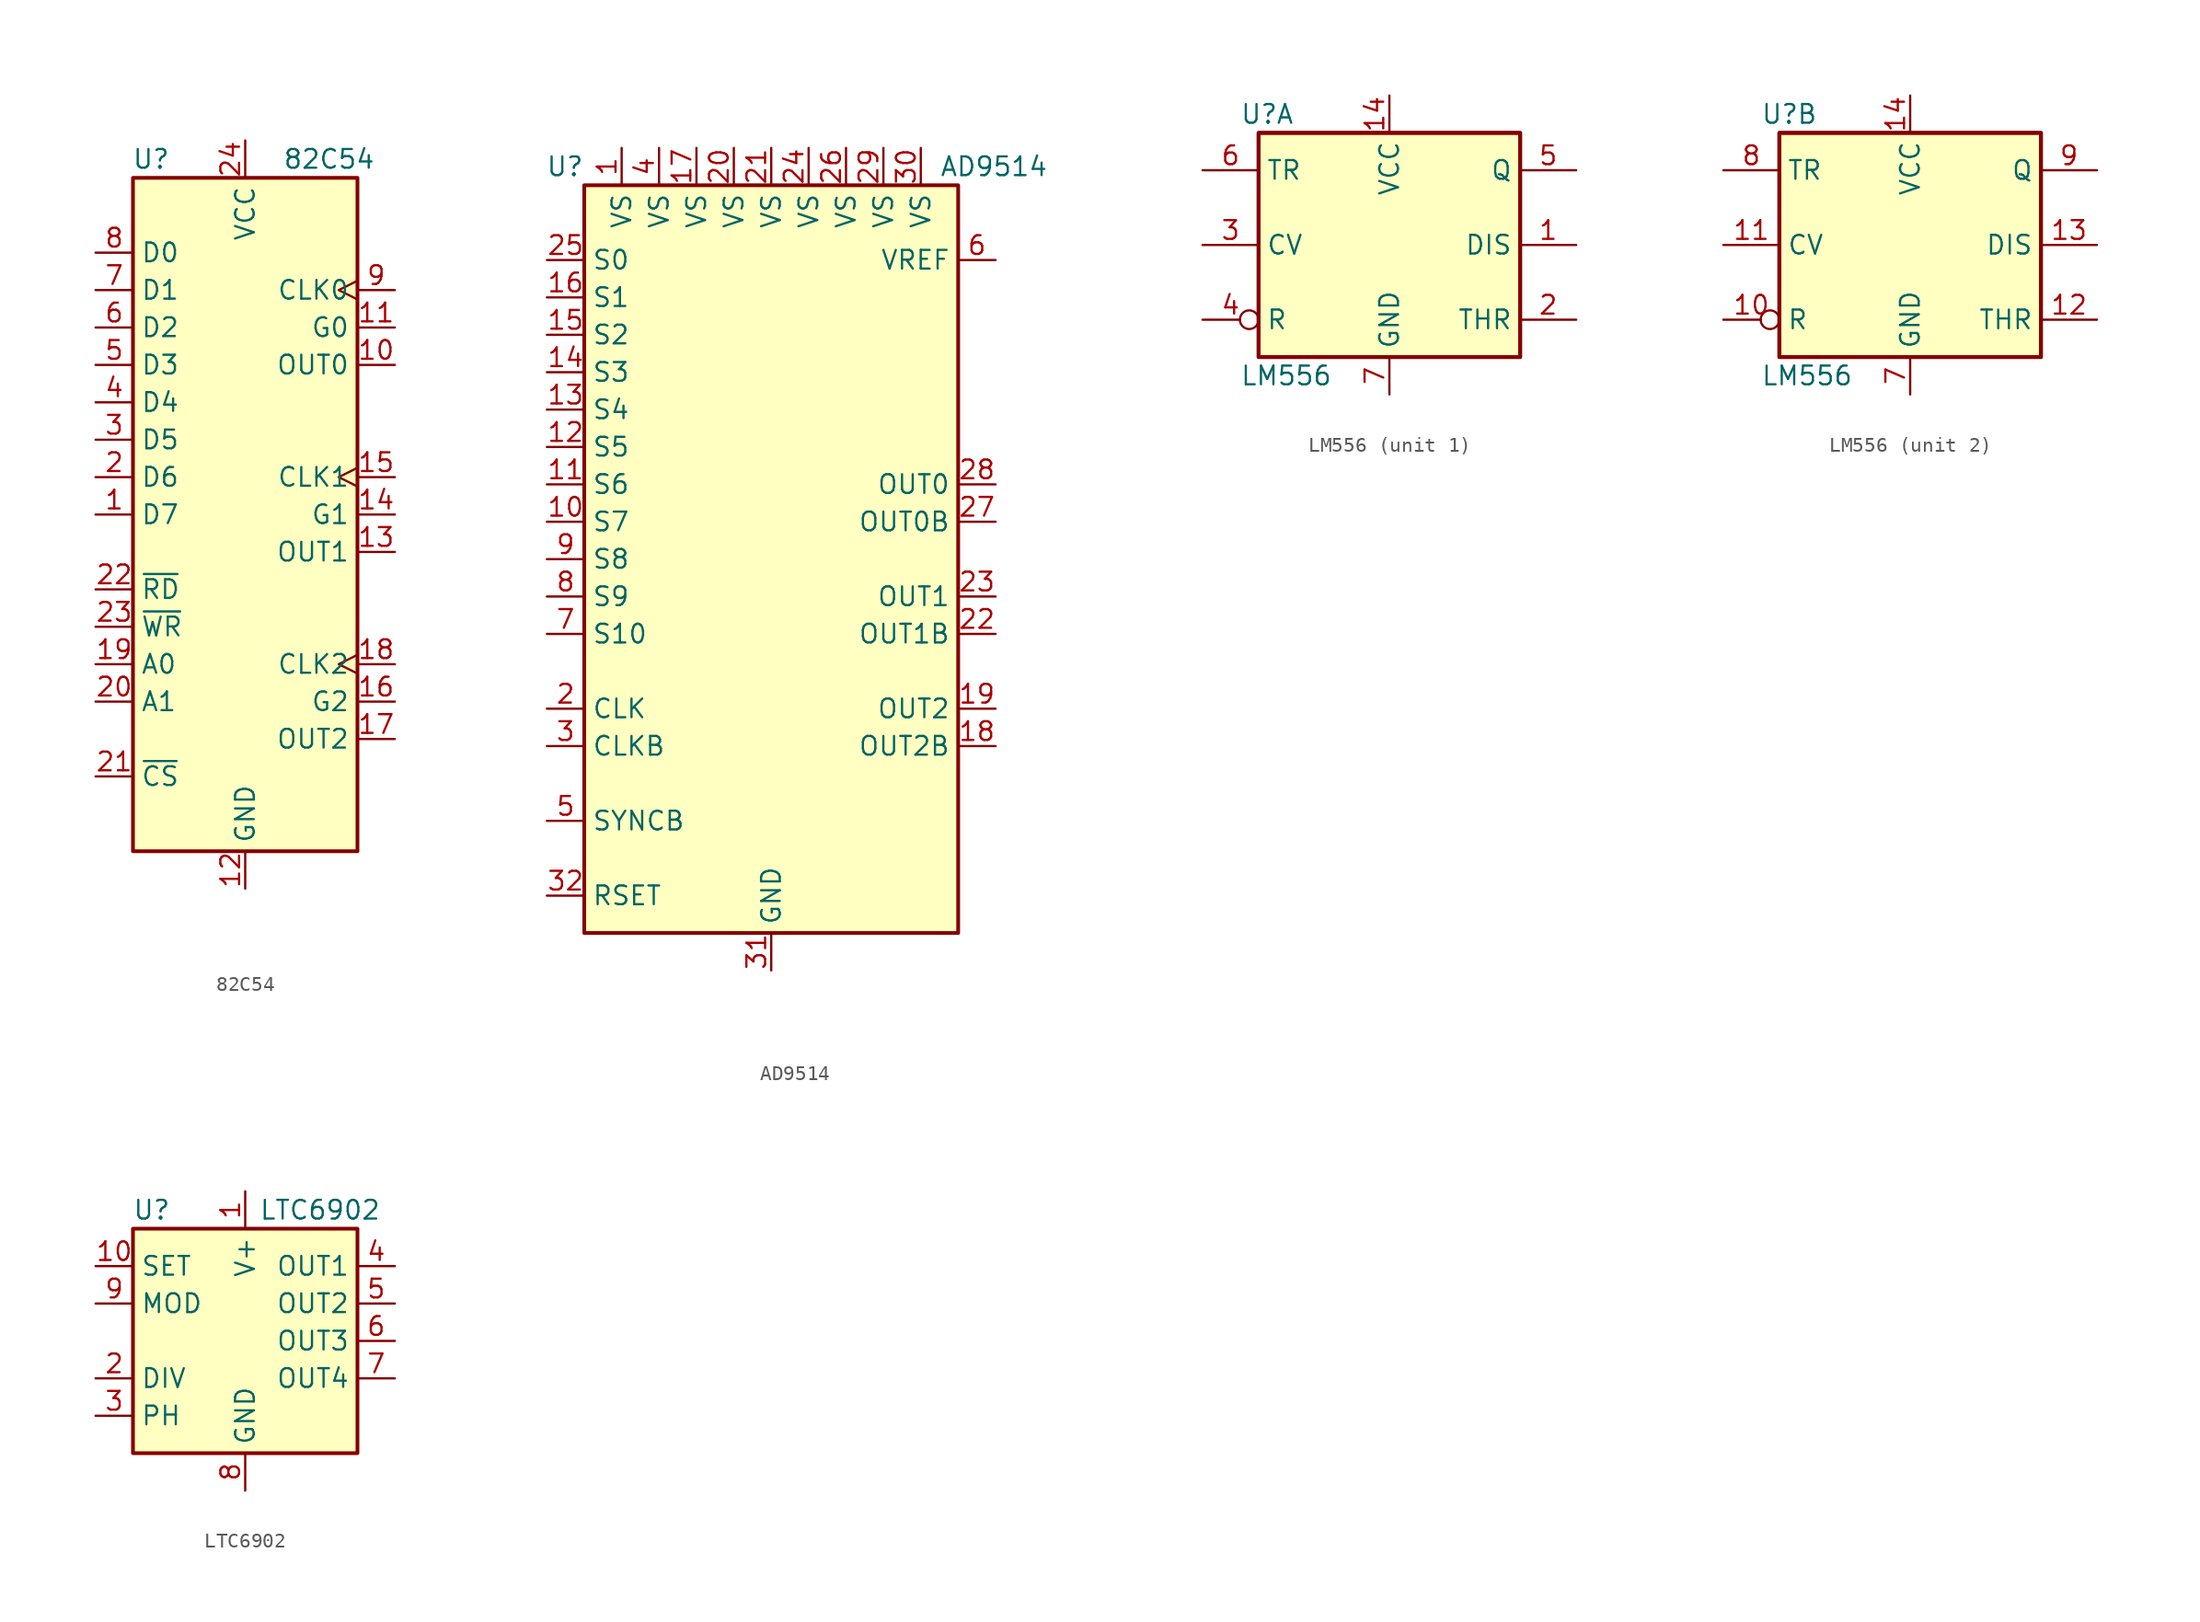
<source format=kicad_sym>
(kicad_symbol_lib
  (version 20220914)
  (generator kicad_symbol_editor)
  (symbol "82C54"
    (property "Reference" "U"
      (at -5.08 24.13 0)
      (effects (font (size 1.27 1.27)) (justify right)))
    (property "Value" "82C54"
      (at 2.54 24.13 0)
      (effects (font (size 1.27 1.27)) (justify left)))
    (symbol "82C54_0_1"
      (rectangle (start -7.62 -22.86) (end 7.62 22.86) (stroke (width 0.254) (type default)) (fill (type background))))
    (symbol "82C54_1_1"
      (pin bidirectional line (at -10.16 0 0) (length 2.54) (name "D7" (effects (font (size 1.27 1.27)))) (number "1" (effects (font (size 1.27 1.27)))))
      (pin output line (at 10.16 10.16 180) (length 2.54) (name "OUT0" (effects (font (size 1.27 1.27)))) (number "10" (effects (font (size 1.27 1.27)))))
      (pin input line (at 10.16 12.7 180) (length 2.54) (name "G0" (effects (font (size 1.27 1.27)))) (number "11" (effects (font (size 1.27 1.27)))))
      (pin power_in line (at 0 -25.4 90) (length 2.54) (name "GND" (effects (font (size 1.27 1.27)))) (number "12" (effects (font (size 1.27 1.27)))))
      (pin output line (at 10.16 -2.54 180) (length 2.54) (name "OUT1" (effects (font (size 1.27 1.27)))) (number "13" (effects (font (size 1.27 1.27)))))
      (pin input line (at 10.16 0 180) (length 2.54) (name "G1" (effects (font (size 1.27 1.27)))) (number "14" (effects (font (size 1.27 1.27)))))
      (pin input clock (at 10.16 2.54 180) (length 2.54) (name "CLK1" (effects (font (size 1.27 1.27)))) (number "15" (effects (font (size 1.27 1.27)))))
      (pin input line (at 10.16 -12.7 180) (length 2.54) (name "G2" (effects (font (size 1.27 1.27)))) (number "16" (effects (font (size 1.27 1.27)))))
      (pin output line (at 10.16 -15.24 180) (length 2.54) (name "OUT2" (effects (font (size 1.27 1.27)))) (number "17" (effects (font (size 1.27 1.27)))))
      (pin input clock (at 10.16 -10.16 180) (length 2.54) (name "CLK2" (effects (font (size 1.27 1.27)))) (number "18" (effects (font (size 1.27 1.27)))))
      (pin input line (at -10.16 -10.16 0) (length 2.54) (name "A0" (effects (font (size 1.27 1.27)))) (number "19" (effects (font (size 1.27 1.27)))))
      (pin bidirectional line (at -10.16 2.54 0) (length 2.54) (name "D6" (effects (font (size 1.27 1.27)))) (number "2" (effects (font (size 1.27 1.27)))))
      (pin input line (at -10.16 -12.7 0) (length 2.54) (name "A1" (effects (font (size 1.27 1.27)))) (number "20" (effects (font (size 1.27 1.27)))))
      (pin input line (at -10.16 -17.78 0) (length 2.54) (name "~{CS}" (effects (font (size 1.27 1.27)))) (number "21" (effects (font (size 1.27 1.27)))))
      (pin input line (at -10.16 -5.08 0) (length 2.54) (name "~{RD}" (effects (font (size 1.27 1.27)))) (number "22" (effects (font (size 1.27 1.27)))))
      (pin input line (at -10.16 -7.62 0) (length 2.54) (name "~{WR}" (effects (font (size 1.27 1.27)))) (number "23" (effects (font (size 1.27 1.27)))))
      (pin power_in line (at 0 25.4 270) (length 2.54) (name "VCC" (effects (font (size 1.27 1.27)))) (number "24" (effects (font (size 1.27 1.27)))))
      (pin bidirectional line (at -10.16 5.08 0) (length 2.54) (name "D5" (effects (font (size 1.27 1.27)))) (number "3" (effects (font (size 1.27 1.27)))))
      (pin bidirectional line (at -10.16 7.62 0) (length 2.54) (name "D4" (effects (font (size 1.27 1.27)))) (number "4" (effects (font (size 1.27 1.27)))))
      (pin bidirectional line (at -10.16 10.16 0) (length 2.54) (name "D3" (effects (font (size 1.27 1.27)))) (number "5" (effects (font (size 1.27 1.27)))))
      (pin bidirectional line (at -10.16 12.7 0) (length 2.54) (name "D2" (effects (font (size 1.27 1.27)))) (number "6" (effects (font (size 1.27 1.27)))))
      (pin bidirectional line (at -10.16 15.24 0) (length 2.54) (name "D1" (effects (font (size 1.27 1.27)))) (number "7" (effects (font (size 1.27 1.27)))))
      (pin bidirectional line (at -10.16 17.78 0) (length 2.54) (name "D0" (effects (font (size 1.27 1.27)))) (number "8" (effects (font (size 1.27 1.27)))))
      (pin input clock (at 10.16 15.24 180) (length 2.54) (name "CLK0" (effects (font (size 1.27 1.27)))) (number "9" (effects (font (size 1.27 1.27)))))))
  (symbol "AD9514"
    (property "Reference" "U"
      (at -12.7 26.67 0)
      (effects (font (size 1.27 1.27)) (justify right)))
    (property "Value" "AD9514"
      (at 11.43 26.67 0)
      (effects (font (size 1.27 1.27)) (justify left)))
    (symbol "AD9514_1_1"
      (rectangle (start -12.7 25.4) (end 12.7 -25.4) (stroke (width 0.254) (type default)) (fill (type background)))
      (pin power_in line (at -10.16 27.94 270) (length 2.54) (name "VS" (effects (font (size 1.27 1.27)))) (number "1" (effects (font (size 1.27 1.27)))))
      (pin input line (at -15.24 2.54 0) (length 2.54) (name "S7" (effects (font (size 1.27 1.27)))) (number "10" (effects (font (size 1.27 1.27)))))
      (pin input line (at -15.24 5.08 0) (length 2.54) (name "S6" (effects (font (size 1.27 1.27)))) (number "11" (effects (font (size 1.27 1.27)))))
      (pin input line (at -15.24 7.62 0) (length 2.54) (name "S5" (effects (font (size 1.27 1.27)))) (number "12" (effects (font (size 1.27 1.27)))))
      (pin input line (at -15.24 10.16 0) (length 2.54) (name "S4" (effects (font (size 1.27 1.27)))) (number "13" (effects (font (size 1.27 1.27)))))
      (pin input line (at -15.24 12.7 0) (length 2.54) (name "S3" (effects (font (size 1.27 1.27)))) (number "14" (effects (font (size 1.27 1.27)))))
      (pin input line (at -15.24 15.24 0) (length 2.54) (name "S2" (effects (font (size 1.27 1.27)))) (number "15" (effects (font (size 1.27 1.27)))))
      (pin input line (at -15.24 17.78 0) (length 2.54) (name "S1" (effects (font (size 1.27 1.27)))) (number "16" (effects (font (size 1.27 1.27)))))
      (pin power_in line (at -5.08 27.94 270) (length 2.54) (name "VS" (effects (font (size 1.27 1.27)))) (number "17" (effects (font (size 1.27 1.27)))))
      (pin output line (at 15.24 -12.7 180) (length 2.54) (name "OUT2B" (effects (font (size 1.27 1.27)))) (number "18" (effects (font (size 1.27 1.27)))))
      (pin output line (at 15.24 -10.16 180) (length 2.54) (name "OUT2" (effects (font (size 1.27 1.27)))) (number "19" (effects (font (size 1.27 1.27)))))
      (pin input line (at -15.24 -10.16 0) (length 2.54) (name "CLK" (effects (font (size 1.27 1.27)))) (number "2" (effects (font (size 1.27 1.27)))))
      (pin power_in line (at -2.54 27.94 270) (length 2.54) (name "VS" (effects (font (size 1.27 1.27)))) (number "20" (effects (font (size 1.27 1.27)))))
      (pin power_in line (at 0 27.94 270) (length 2.54) (name "VS" (effects (font (size 1.27 1.27)))) (number "21" (effects (font (size 1.27 1.27)))))
      (pin open_emitter line (at 15.24 -5.08 180) (length 2.54) (name "OUT1B" (effects (font (size 1.27 1.27)))) (number "22" (effects (font (size 1.27 1.27)))))
      (pin open_emitter line (at 15.24 -2.54 180) (length 2.54) (name "OUT1" (effects (font (size 1.27 1.27)))) (number "23" (effects (font (size 1.27 1.27)))))
      (pin power_in line (at 2.54 27.94 270) (length 2.54) (name "VS" (effects (font (size 1.27 1.27)))) (number "24" (effects (font (size 1.27 1.27)))))
      (pin input line (at -15.24 20.32 0) (length 2.54) (name "S0" (effects (font (size 1.27 1.27)))) (number "25" (effects (font (size 1.27 1.27)))))
      (pin power_in line (at 5.08 27.94 270) (length 2.54) (name "VS" (effects (font (size 1.27 1.27)))) (number "26" (effects (font (size 1.27 1.27)))))
      (pin open_emitter line (at 15.24 2.54 180) (length 2.54) (name "OUT0B" (effects (font (size 1.27 1.27)))) (number "27" (effects (font (size 1.27 1.27)))))
      (pin open_emitter line (at 15.24 5.08 180) (length 2.54) (name "OUT0" (effects (font (size 1.27 1.27)))) (number "28" (effects (font (size 1.27 1.27)))))
      (pin power_in line (at 7.62 27.94 270) (length 2.54) (name "VS" (effects (font (size 1.27 1.27)))) (number "29" (effects (font (size 1.27 1.27)))))
      (pin input line (at -15.24 -12.7 0) (length 2.54) (name "CLKB" (effects (font (size 1.27 1.27)))) (number "3" (effects (font (size 1.27 1.27)))))
      (pin power_in line (at 10.16 27.94 270) (length 2.54) (name "VS" (effects (font (size 1.27 1.27)))) (number "30" (effects (font (size 1.27 1.27)))))
      (pin power_in line (at 0 -27.94 90) (length 2.54) (name "GND" (effects (font (size 1.27 1.27)))) (number "31" (effects (font (size 1.27 1.27)))))
      (pin passive line (at -15.24 -22.86 0) (length 2.54) (name "RSET" (effects (font (size 1.27 1.27)))) (number "32" (effects (font (size 1.27 1.27)))))
      (pin passive line (at 0 -27.94 90) (length 2.54) hide (name "GND" (effects (font (size 1.27 1.27)))) (number "33" (effects (font (size 1.27 1.27)))))
      (pin power_in line (at -7.62 27.94 270) (length 2.54) (name "VS" (effects (font (size 1.27 1.27)))) (number "4" (effects (font (size 1.27 1.27)))))
      (pin input line (at -15.24 -17.78 0) (length 2.54) (name "SYNCB" (effects (font (size 1.27 1.27)))) (number "5" (effects (font (size 1.27 1.27)))))
      (pin power_out line (at 15.24 20.32 180) (length 2.54) (name "VREF" (effects (font (size 1.27 1.27)))) (number "6" (effects (font (size 1.27 1.27)))))
      (pin input line (at -15.24 -5.08 0) (length 2.54) (name "S10" (effects (font (size 1.27 1.27)))) (number "7" (effects (font (size 1.27 1.27)))))
      (pin input line (at -15.24 -2.54 0) (length 2.54) (name "S9" (effects (font (size 1.27 1.27)))) (number "8" (effects (font (size 1.27 1.27)))))
      (pin input line (at -15.24 0 0) (length 2.54) (name "S8" (effects (font (size 1.27 1.27)))) (number "9" (effects (font (size 1.27 1.27)))))))
  (symbol "LM556"
    (property "Reference" "U"
      (at -10.16 8.89 0)
      (effects (font (size 1.27 1.27)) (justify left)))
    (property "Value" "LM556"
      (at -10.16 -8.89 0)
      (effects (font (size 1.27 1.27)) (justify left)))
    (symbol "LM556_0_0"
      (pin power_in line (at 0 10.16 270) (length 2.54) (name "VCC" (effects (font (size 1.27 1.27)))) (number "14" (effects (font (size 1.27 1.27)))))
      (pin power_in line (at 0 -10.16 90) (length 2.54) (name "GND" (effects (font (size 1.27 1.27)))) (number "7" (effects (font (size 1.27 1.27))))))
    (symbol "LM556_0_1"
      (rectangle (start -8.89 -7.62) (end 8.89 7.62) (stroke (width 0.254) (type default)) (fill (type background)))
      (rectangle (start -8.89 -7.62) (end 8.89 7.62) (stroke (width 0.254) (type default)) (fill (type background))))
    (symbol "LM556_1_1"
      (pin input line (at 12.7 0 180) (length 3.81) (name "DIS" (effects (font (size 1.27 1.27)))) (number "1" (effects (font (size 1.27 1.27)))))
      (pin input line (at 12.7 -5.08 180) (length 3.81) (name "THR" (effects (font (size 1.27 1.27)))) (number "2" (effects (font (size 1.27 1.27)))))
      (pin input line (at -12.7 0 0) (length 3.81) (name "CV" (effects (font (size 1.27 1.27)))) (number "3" (effects (font (size 1.27 1.27)))))
      (pin input inverted (at -12.7 -5.08 0) (length 3.81) (name "R" (effects (font (size 1.27 1.27)))) (number "4" (effects (font (size 1.27 1.27)))))
      (pin output line (at 12.7 5.08 180) (length 3.81) (name "Q" (effects (font (size 1.27 1.27)))) (number "5" (effects (font (size 1.27 1.27)))))
      (pin input line (at -12.7 5.08 0) (length 3.81) (name "TR" (effects (font (size 1.27 1.27)))) (number "6" (effects (font (size 1.27 1.27))))))
    (symbol "LM556_2_1"
      (pin input inverted (at -12.7 -5.08 0) (length 3.81) (name "R" (effects (font (size 1.27 1.27)))) (number "10" (effects (font (size 1.27 1.27)))))
      (pin input line (at -12.7 0 0) (length 3.81) (name "CV" (effects (font (size 1.27 1.27)))) (number "11" (effects (font (size 1.27 1.27)))))
      (pin input line (at 12.7 -5.08 180) (length 3.81) (name "THR" (effects (font (size 1.27 1.27)))) (number "12" (effects (font (size 1.27 1.27)))))
      (pin input line (at 12.7 0 180) (length 3.81) (name "DIS" (effects (font (size 1.27 1.27)))) (number "13" (effects (font (size 1.27 1.27)))))
      (pin input line (at -12.7 5.08 0) (length 3.81) (name "TR" (effects (font (size 1.27 1.27)))) (number "8" (effects (font (size 1.27 1.27)))))
      (pin output line (at 12.7 5.08 180) (length 3.81) (name "Q" (effects (font (size 1.27 1.27)))) (number "9" (effects (font (size 1.27 1.27)))))))
  (symbol "LTC6902"
    (property "Reference" "U"
      (at -6.35 8.89 0)
      (effects (font (size 1.27 1.27))))
    (property "Value" "LTC6902"
      (at 5.08 8.89 0)
      (effects (font (size 1.27 1.27))))
    (symbol "LTC6902_0_1"
      (rectangle (start -7.62 7.62) (end 7.62 -7.62) (stroke (width 0.254) (type default)) (fill (type background))))
    (symbol "LTC6902_1_1"
      (pin power_in line (at 0 10.16 270) (length 2.54) (name "V+" (effects (font (size 1.27 1.27)))) (number "1" (effects (font (size 1.27 1.27)))))
      (pin passive line (at -10.16 5.08 0) (length 2.54) (name "SET" (effects (font (size 1.27 1.27)))) (number "10" (effects (font (size 1.27 1.27)))))
      (pin input line (at -10.16 -2.54 0) (length 2.54) (name "DIV" (effects (font (size 1.27 1.27)))) (number "2" (effects (font (size 1.27 1.27)))))
      (pin input line (at -10.16 -5.08 0) (length 2.54) (name "PH" (effects (font (size 1.27 1.27)))) (number "3" (effects (font (size 1.27 1.27)))))
      (pin output line (at 10.16 5.08 180) (length 2.54) (name "OUT1" (effects (font (size 1.27 1.27)))) (number "4" (effects (font (size 1.27 1.27)))))
      (pin output line (at 10.16 2.54 180) (length 2.54) (name "OUT2" (effects (font (size 1.27 1.27)))) (number "5" (effects (font (size 1.27 1.27)))))
      (pin output line (at 10.16 0 180) (length 2.54) (name "OUT3" (effects (font (size 1.27 1.27)))) (number "6" (effects (font (size 1.27 1.27)))))
      (pin output line (at 10.16 -2.54 180) (length 2.54) (name "OUT4" (effects (font (size 1.27 1.27)))) (number "7" (effects (font (size 1.27 1.27)))))
      (pin power_in line (at 0 -10.16 90) (length 2.54) (name "GND" (effects (font (size 1.27 1.27)))) (number "8" (effects (font (size 1.27 1.27)))))
      (pin passive line (at -10.16 2.54 0) (length 2.54) (name "MOD" (effects (font (size 1.27 1.27)))) (number "9" (effects (font (size 1.27 1.27))))))))
</source>
